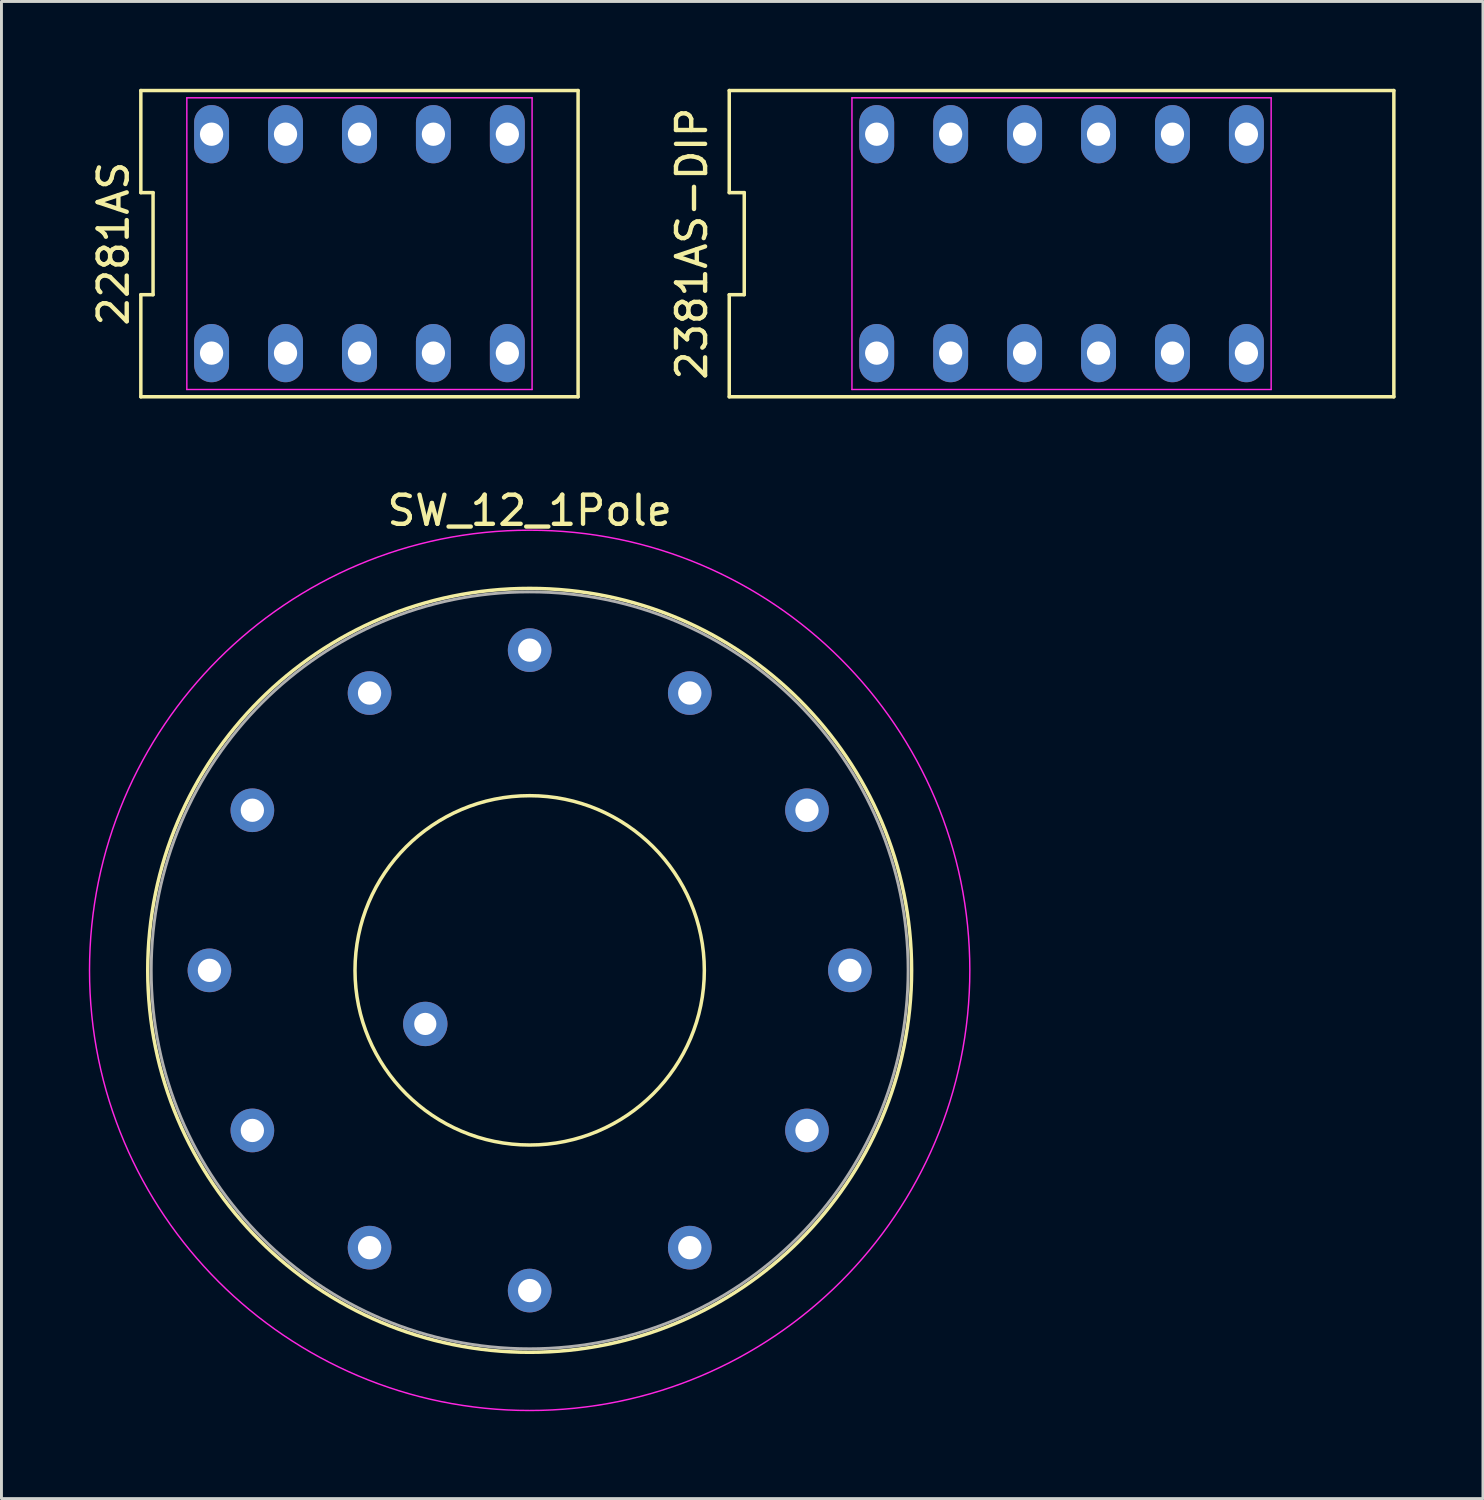
<source format=kicad_pcb>
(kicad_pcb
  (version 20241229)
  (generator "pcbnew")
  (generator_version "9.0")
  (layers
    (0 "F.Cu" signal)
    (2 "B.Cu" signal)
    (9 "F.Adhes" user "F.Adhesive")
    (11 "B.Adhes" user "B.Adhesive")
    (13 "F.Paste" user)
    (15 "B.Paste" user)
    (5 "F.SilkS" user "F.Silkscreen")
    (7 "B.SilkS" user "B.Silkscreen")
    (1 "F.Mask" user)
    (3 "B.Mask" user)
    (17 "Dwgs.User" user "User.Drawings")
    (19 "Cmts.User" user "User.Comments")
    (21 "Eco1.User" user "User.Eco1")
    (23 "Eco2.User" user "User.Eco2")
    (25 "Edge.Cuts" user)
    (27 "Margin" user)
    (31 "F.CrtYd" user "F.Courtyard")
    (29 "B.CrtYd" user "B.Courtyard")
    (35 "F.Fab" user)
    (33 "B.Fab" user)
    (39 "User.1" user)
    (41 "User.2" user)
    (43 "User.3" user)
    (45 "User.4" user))
  (footprint "2281AS"
    (layer "F.Cu")
    (at 9.298 5.32)
    (property "Reference" "2281AS" (at -8.45 0 90) (layer "F.SilkS") (effects (font (size 1 1) (thickness 0.15))))
    (attr through_hole)
    (fp_line (start -7.51 -5.26) (end -7.51 -1.753) (stroke (width 0.12) (type solid)) (layer "F.SilkS"))
    (fp_line (start -7.51 -1.753) (end -7.09 -1.753) (stroke (width 0.12) (type solid)) (layer "F.SilkS"))
    (fp_line (start -7.51 1.753) (end -7.51 5.26) (stroke (width 0.12) (type solid)) (layer "F.SilkS"))
    (fp_line (start -7.51 5.26) (end 7.51 5.26) (stroke (width 0.12) (type solid)) (layer "F.SilkS"))
    (fp_line (start -7.09 -1.753) (end -7.09 1.753) (stroke (width 0.12) (type solid)) (layer "F.SilkS"))
    (fp_line (start -7.09 1.753) (end -7.51 1.753) (stroke (width 0.12) (type solid)) (layer "F.SilkS"))
    (fp_line (start 7.51 -5.26) (end -7.51 -5.26) (stroke (width 0.12) (type solid)) (layer "F.SilkS"))
    (fp_line (start 7.51 5.26) (end 7.51 -5.26) (stroke (width 0.12) (type solid)) (layer "F.SilkS"))
    (fp_line (start -5.93 -5.01) (end 5.93 -5.01) (stroke (width 0.05) (type solid)) (layer "F.CrtYd"))
    (fp_line (start -5.93 5.01) (end -5.93 -5.01) (stroke (width 0.05) (type solid)) (layer "F.CrtYd"))
    (fp_line (start 5.93 -5.01) (end 5.93 5.01) (stroke (width 0.05) (type solid)) (layer "F.CrtYd"))
    (fp_line (start 5.93 5.01) (end -5.93 5.01) (stroke (width 0.05) (type solid)) (layer "F.CrtYd"))
    (pad "1" thru_hole oval (at -5.08 3.76) (size 1.2 2) (drill 0.8) (layers "*.Cu" "*.Mask"))
    (pad "2" thru_hole oval (at -2.54 3.76) (size 1.2 2) (drill 0.8) (layers "*.Cu" "*.Mask"))
    (pad "3" thru_hole oval (at 0 3.76) (size 1.2 2) (drill 0.8) (layers "*.Cu" "*.Mask"))
    (pad "4" thru_hole oval (at 2.54 3.76) (size 1.2 2) (drill 0.8) (layers "*.Cu" "*.Mask"))
    (pad "5" thru_hole oval (at 5.08 3.76) (size 1.2 2) (drill 0.8) (layers "*.Cu" "*.Mask"))
    (pad "6" thru_hole oval (at 5.08 -3.76) (size 1.2 2) (drill 0.8) (layers "*.Cu" "*.Mask"))
    (pad "7" thru_hole oval (at 2.54 -3.76) (size 1.2 2) (drill 0.8) (layers "*.Cu" "*.Mask"))
    (pad "8" thru_hole oval (at 0 -3.76) (size 1.2 2) (drill 0.8) (layers "*.Cu" "*.Mask"))
    (pad "9" thru_hole oval (at -2.54 -3.76) (size 1.2 2) (drill 0.8) (layers "*.Cu" "*.Mask"))
    (pad "10" thru_hole oval (at -5.08 -3.76) (size 1.2 2) (drill 0.8) (layers "*.Cu" "*.Mask")))
  (footprint "SW_12_1Pole"
    (layer "F.Cu")
    (at 15.145 30.283)
    (property "Reference" "SW_12_1Pole" (at 0 -15.795 0) (layer "F.SilkS") (effects (font (size 1 1) (thickness 0.15))))
    (attr through_hole)
    (fp_circle (center 0 0) (end 0 13.12) (stroke (width 0.12) (type solid)) (fill no) (layer "F.SilkS"))
    (fp_circle (center 0 0) (end 6 0) (stroke (width 0.12) (type solid)) (fill no) (layer "F.SilkS"))
    (fp_circle (center 0 0) (end 0 15.12) (stroke (width 0.05) (type solid)) (fill no) (layer "F.CrtYd"))
    (fp_circle (center 0 0) (end 0 13) (stroke (width 0.1) (type solid)) (fill no) (layer "F.Fab"))
    (pad "1" thru_hole oval (at 5.5 -9.526) (size 1.5 1.5) (drill 0.8) (layers "*.Cu" "*.Mask"))
    (pad "2" thru_hole oval (at 9.526 -5.5) (size 1.5 1.5) (drill 0.8) (layers "*.Cu" "*.Mask"))
    (pad "3" thru_hole oval (at 11 0) (size 1.5 1.5) (drill 0.8) (layers "*.Cu" "*.Mask"))
    (pad "4" thru_hole oval (at 9.526 5.5) (size 1.5 1.5) (drill 0.8) (layers "*.Cu" "*.Mask"))
    (pad "5" thru_hole oval (at 5.5 9.526) (size 1.5 1.5) (drill 0.8) (layers "*.Cu" "*.Mask"))
    (pad "6" thru_hole oval (at 0 11) (size 1.5 1.5) (drill 0.8) (layers "*.Cu" "*.Mask"))
    (pad "7" thru_hole oval (at -5.5 9.526) (size 1.5 1.5) (drill 0.8) (layers "*.Cu" "*.Mask"))
    (pad "8" thru_hole oval (at -9.526 5.5) (size 1.5 1.5) (drill 0.8) (layers "*.Cu" "*.Mask"))
    (pad "9" thru_hole oval (at -11 0) (size 1.5 1.5) (drill 0.8) (layers "*.Cu" "*.Mask"))
    (pad "10" thru_hole oval (at -9.526 -5.5) (size 1.5 1.5) (drill 0.8) (layers "*.Cu" "*.Mask"))
    (pad "11" thru_hole oval (at -5.5 -9.526) (size 1.5 1.5) (drill 0.8) (layers "*.Cu" "*.Mask"))
    (pad "12" thru_hole oval (at 0 -11) (size 1.5 1.5) (drill 0.8) (layers "*.Cu" "*.Mask"))
    (pad "13" thru_hole circle (at -3.586 1.841) (size 1.524 1.524) (drill 0.762) (layers "*.Cu" "*.Mask")))
  (footprint "2381AS-DIP"
    (layer "F.Cu")
    (at 33.416 5.32)
    (property "Reference" "2381AS-DIP" (at -12.7 0 90) (layer "F.SilkS") (effects (font (size 1 1) (thickness 0.15))))
    (attr through_hole)
    (fp_line (start -11.415 -5.26) (end -11.415 -1.753) (stroke (width 0.12) (type solid)) (layer "F.SilkS"))
    (fp_line (start -11.415 -1.753) (end -10.9 -1.753) (stroke (width 0.12) (type solid)) (layer "F.SilkS"))
    (fp_line (start -11.415 1.753) (end -11.415 5.26) (stroke (width 0.12) (type solid)) (layer "F.SilkS"))
    (fp_line (start -11.415 5.26) (end 11.415 5.26) (stroke (width 0.12) (type solid)) (layer "F.SilkS"))
    (fp_line (start -10.9 -1.753) (end -10.9 1.753) (stroke (width 0.12) (type solid)) (layer "F.SilkS"))
    (fp_line (start -10.9 1.753) (end -11.415 1.753) (stroke (width 0.12) (type solid)) (layer "F.SilkS"))
    (fp_line (start 11.415 -5.26) (end -11.415 -5.26) (stroke (width 0.12) (type solid)) (layer "F.SilkS"))
    (fp_line (start 11.415 5.26) (end 11.415 -5.26) (stroke (width 0.12) (type solid)) (layer "F.SilkS"))
    (fp_line (start -7.2 -5.01) (end 7.2 -5.01) (stroke (width 0.05) (type solid)) (layer "F.CrtYd"))
    (fp_line (start -7.2 5.01) (end -7.2 -5.01) (stroke (width 0.05) (type solid)) (layer "F.CrtYd"))
    (fp_line (start 7.2 -5.01) (end 7.2 5.01) (stroke (width 0.05) (type solid)) (layer "F.CrtYd"))
    (fp_line (start 7.2 5.01) (end -7.2 5.01) (stroke (width 0.05) (type solid)) (layer "F.CrtYd"))
    (pad "1" thru_hole oval (at -6.35 3.76) (size 1.2 2) (drill 0.8) (layers "*.Cu" "*.Mask"))
    (pad "2" thru_hole oval (at -3.81 3.76) (size 1.2 2) (drill 0.8) (layers "*.Cu" "*.Mask"))
    (pad "3" thru_hole oval (at -1.27 3.76) (size 1.2 2) (drill 0.8) (layers "*.Cu" "*.Mask"))
    (pad "4" thru_hole oval (at 1.27 3.76) (size 1.2 2) (drill 0.8) (layers "*.Cu" "*.Mask"))
    (pad "5" thru_hole oval (at 3.81 3.76) (size 1.2 2) (drill 0.8) (layers "*.Cu" "*.Mask"))
    (pad "6" thru_hole oval (at 6.35 3.76) (size 1.2 2) (drill 0.8) (layers "*.Cu" "*.Mask"))
    (pad "7" thru_hole oval (at 6.35 -3.76) (size 1.2 2) (drill 0.8) (layers "*.Cu" "*.Mask"))
    (pad "8" thru_hole oval (at 3.81 -3.76) (size 1.2 2) (drill 0.8) (layers "*.Cu" "*.Mask"))
    (pad "9" thru_hole oval (at 1.27 -3.76) (size 1.2 2) (drill 0.8) (layers "*.Cu" "*.Mask"))
    (pad "10" thru_hole oval (at -1.27 -3.76) (size 1.2 2) (drill 0.8) (layers "*.Cu" "*.Mask"))
    (pad "11" thru_hole oval (at -3.81 -3.76) (size 1.2 2) (drill 0.8) (layers "*.Cu" "*.Mask"))
    (pad "12" thru_hole oval (at -6.35 -3.76) (size 1.2 2) (drill 0.8) (layers "*.Cu" "*.Mask")))
  (gr_rect
    (start -3 -3)
    (end 47.892 48.428)
    (stroke (width 0.1) (type default))
    (fill no)
    (layer "Edge.Cuts")))
</source>
